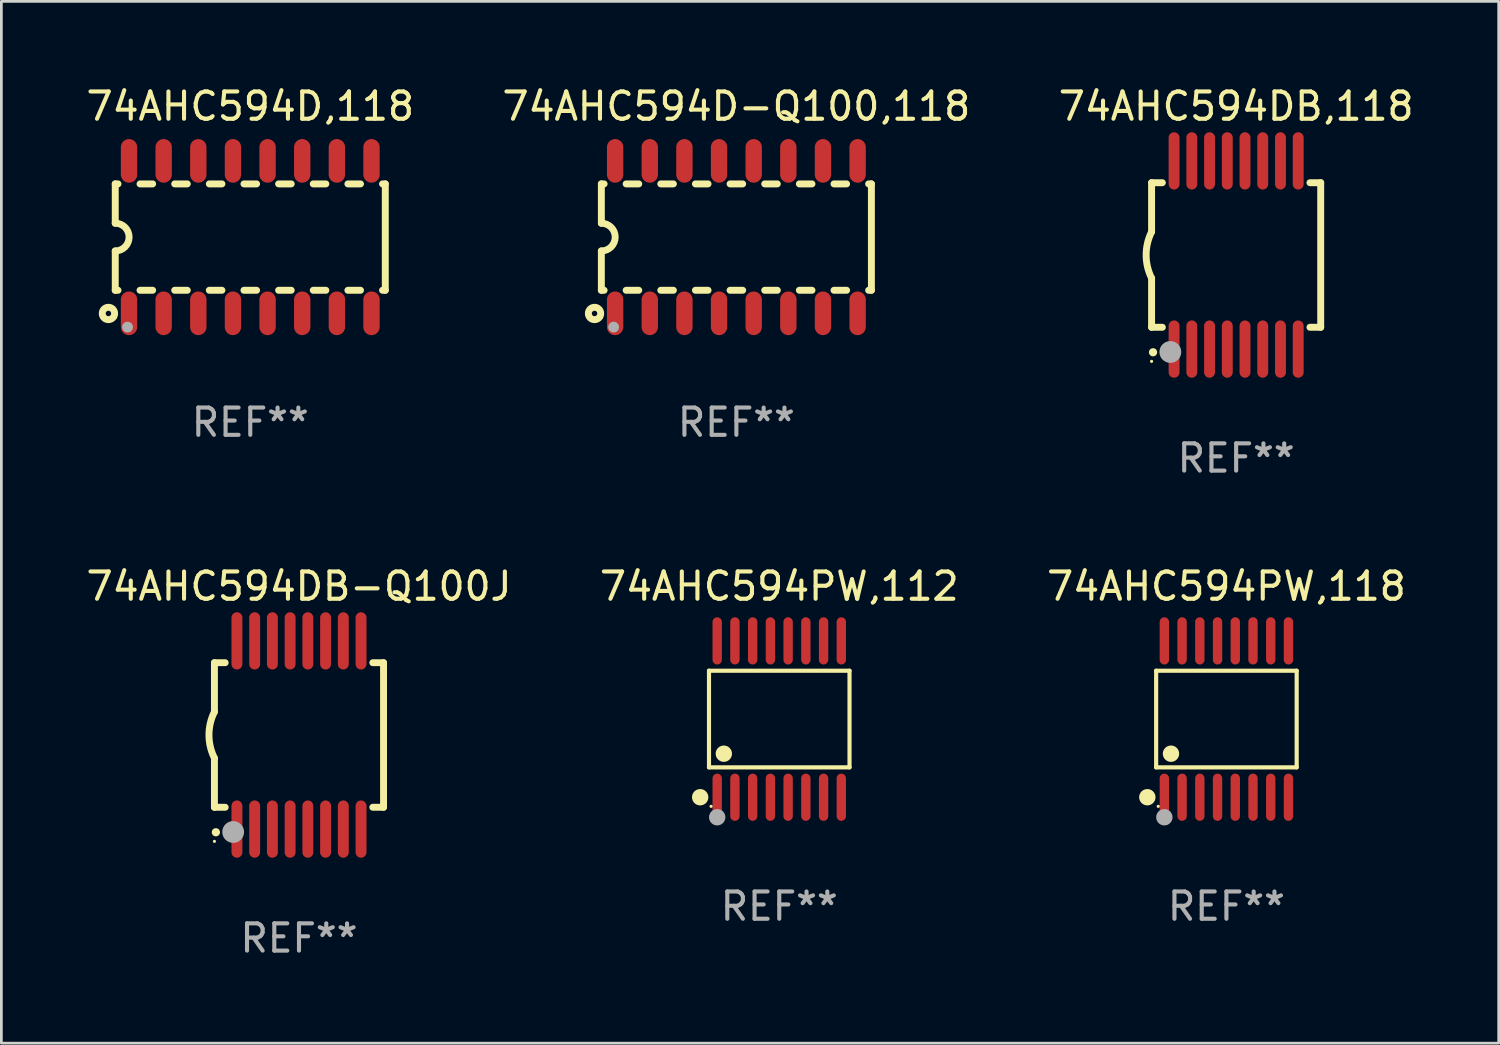
<source format=kicad_pcb>
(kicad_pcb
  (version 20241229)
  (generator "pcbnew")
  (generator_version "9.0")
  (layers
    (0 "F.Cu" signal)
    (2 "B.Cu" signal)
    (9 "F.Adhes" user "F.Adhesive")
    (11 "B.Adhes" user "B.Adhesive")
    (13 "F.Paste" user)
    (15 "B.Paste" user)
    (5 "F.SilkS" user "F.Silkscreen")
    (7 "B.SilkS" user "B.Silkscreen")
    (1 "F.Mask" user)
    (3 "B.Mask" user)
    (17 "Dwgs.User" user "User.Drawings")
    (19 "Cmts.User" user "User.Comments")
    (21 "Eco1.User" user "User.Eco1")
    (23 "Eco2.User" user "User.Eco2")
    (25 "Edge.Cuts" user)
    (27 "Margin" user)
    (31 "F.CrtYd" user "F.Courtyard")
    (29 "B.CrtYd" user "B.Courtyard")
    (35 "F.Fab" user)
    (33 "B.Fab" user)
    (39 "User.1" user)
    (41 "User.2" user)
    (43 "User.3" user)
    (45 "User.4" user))
  (footprint "74AHC594PW,118"
    (layer "F.Cu")
    (at 41.911 23.311)
    (property "Reference" "74AHC594PW,118" (at 0 -4.866 0) (layer "F.SilkS") (effects (font (size 1 1) (thickness 0.15))))
    (attr through_hole)
    (fp_line (start -2.576 -1.772) (end 2.576 -1.772) (stroke (width 0.152) (type solid)) (layer "F.SilkS"))
    (fp_line (start -2.576 1.771) (end -2.576 -1.772) (stroke (width 0.152) (type solid)) (layer "F.SilkS"))
    (fp_line (start 2.576 -1.772) (end 2.576 1.771) (stroke (width 0.152) (type solid)) (layer "F.SilkS"))
    (fp_line (start 2.576 1.771) (end -2.576 1.771) (stroke (width 0.152) (type solid)) (layer "F.SilkS"))
    (fp_circle (center -2.899 2.866) (end -2.749 2.866) (stroke (width 0.3) (type solid)) (fill no) (layer "F.SilkS"))
    (fp_circle (center -2.5 3.2) (end -2.47 3.2) (stroke (width 0.06) (type solid)) (fill no) (layer "F.SilkS"))
    (fp_circle (center -2.032 1.27) (end -1.882 1.27) (stroke (width 0.3) (type solid)) (fill no) (layer "F.SilkS"))
    (fp_circle (center -2.275 3.6) (end -2.125 3.6) (stroke (width 0.3) (type solid)) (fill no) (layer "F.Fab"))
    (fp_text user "REF**" (at 0 6.866 0) (layer "F.Fab") (effects (font (size 1 1) (thickness 0.15))))
    (pad "1" smd oval (at -2.275 2.866) (size 0.343 1.731) (layers "F.Cu" "F.Mask" "F.Paste"))
    (pad "2" smd oval (at -1.625 2.866) (size 0.343 1.731) (layers "F.Cu" "F.Mask" "F.Paste"))
    (pad "3" smd oval (at -0.975 2.866) (size 0.343 1.731) (layers "F.Cu" "F.Mask" "F.Paste"))
    (pad "4" smd oval (at -0.325 2.866) (size 0.343 1.731) (layers "F.Cu" "F.Mask" "F.Paste"))
    (pad "5" smd oval (at 0.325 2.866) (size 0.343 1.731) (layers "F.Cu" "F.Mask" "F.Paste"))
    (pad "6" smd oval (at 0.975 2.866) (size 0.343 1.731) (layers "F.Cu" "F.Mask" "F.Paste"))
    (pad "7" smd oval (at 1.625 2.866) (size 0.343 1.731) (layers "F.Cu" "F.Mask" "F.Paste"))
    (pad "8" smd oval (at 2.275 2.866) (size 0.343 1.731) (layers "F.Cu" "F.Mask" "F.Paste"))
    (pad "9" smd oval (at 2.275 -2.866) (size 0.343 1.731) (layers "F.Cu" "F.Mask" "F.Paste"))
    (pad "10" smd oval (at 1.625 -2.866) (size 0.343 1.731) (layers "F.Cu" "F.Mask" "F.Paste"))
    (pad "11" smd oval (at 0.975 -2.866) (size 0.343 1.731) (layers "F.Cu" "F.Mask" "F.Paste"))
    (pad "12" smd oval (at 0.325 -2.866) (size 0.343 1.731) (layers "F.Cu" "F.Mask" "F.Paste"))
    (pad "13" smd oval (at -0.325 -2.866) (size 0.343 1.731) (layers "F.Cu" "F.Mask" "F.Paste"))
    (pad "14" smd oval (at -0.975 -2.866) (size 0.343 1.731) (layers "F.Cu" "F.Mask" "F.Paste"))
    (pad "15" smd oval (at -1.625 -2.866) (size 0.343 1.731) (layers "F.Cu" "F.Mask" "F.Paste"))
    (pad "16" smd oval (at -2.275 -2.866) (size 0.343 1.731) (layers "F.Cu" "F.Mask" "F.Paste")))
  (footprint "74AHC594D,118"
    (layer "F.Cu")
    (at 6.125 5.642)
    (property "Reference" "74AHC594D,118" (at 0 -4.794 0) (layer "F.SilkS") (effects (font (size 1 1) (thickness 0.15))))
    (attr through_hole)
    (fp_line (start -4.95 -1.95) (end -4.95 -0.508) (stroke (width 0.254) (type solid)) (layer "F.SilkS"))
    (fp_line (start -4.95 -1.95) (end -4.849 -1.95) (stroke (width 0.254) (type solid)) (layer "F.SilkS"))
    (fp_line (start -4.95 1.95) (end -4.95 0.508) (stroke (width 0.254) (type solid)) (layer "F.SilkS"))
    (fp_line (start -4.95 1.95) (end -4.849 1.95) (stroke (width 0.254) (type solid)) (layer "F.SilkS"))
    (fp_line (start -4.041 -1.95) (end -3.579 -1.95) (stroke (width 0.254) (type solid)) (layer "F.SilkS"))
    (fp_line (start -4.041 1.95) (end -3.579 1.95) (stroke (width 0.254) (type solid)) (layer "F.SilkS"))
    (fp_line (start -2.771 -1.95) (end -2.309 -1.95) (stroke (width 0.254) (type solid)) (layer "F.SilkS"))
    (fp_line (start -2.771 1.95) (end -2.309 1.95) (stroke (width 0.254) (type solid)) (layer "F.SilkS"))
    (fp_line (start -1.501 -1.95) (end -1.039 -1.95) (stroke (width 0.254) (type solid)) (layer "F.SilkS"))
    (fp_line (start -1.501 1.95) (end -1.039 1.95) (stroke (width 0.254) (type solid)) (layer "F.SilkS"))
    (fp_line (start -0.231 -1.95) (end 0.231 -1.95) (stroke (width 0.254) (type solid)) (layer "F.SilkS"))
    (fp_line (start -0.231 1.95) (end 0.231 1.95) (stroke (width 0.254) (type solid)) (layer "F.SilkS"))
    (fp_line (start 1.039 -1.95) (end 1.501 -1.95) (stroke (width 0.254) (type solid)) (layer "F.SilkS"))
    (fp_line (start 1.039 1.95) (end 1.501 1.95) (stroke (width 0.254) (type solid)) (layer "F.SilkS"))
    (fp_line (start 2.309 -1.95) (end 2.771 -1.95) (stroke (width 0.254) (type solid)) (layer "F.SilkS"))
    (fp_line (start 2.309 1.95) (end 2.771 1.95) (stroke (width 0.254) (type solid)) (layer "F.SilkS"))
    (fp_line (start 3.579 -1.95) (end 4.041 -1.95) (stroke (width 0.254) (type solid)) (layer "F.SilkS"))
    (fp_line (start 3.579 1.95) (end 4.041 1.95) (stroke (width 0.254) (type solid)) (layer "F.SilkS"))
    (fp_line (start 4.849 -1.95) (end 4.95 -1.95) (stroke (width 0.254) (type solid)) (layer "F.SilkS"))
    (fp_line (start 4.849 1.95) (end 4.95 1.95) (stroke (width 0.254) (type solid)) (layer "F.SilkS"))
    (fp_line (start 4.95 -1.95) (end 4.95 1.95) (stroke (width 0.254) (type solid)) (layer "F.SilkS"))
    (fp_arc (start -4.95047 -0.508001) (mid -4.442469 -0.000228) (end -4.950013 0.508001) (stroke (width 0.254001) (type solid)) (layer "F.SilkS"))
    (fp_circle (center -5.2 2.8) (end -5.1 2.8) (stroke (width 0.254) (type solid)) (fill no) (layer "F.SilkS"))
    (fp_circle (center -4.95 2.947) (end -4.92 2.947) (stroke (width 0.06) (type solid)) (fill no) (layer "F.SilkS"))
    (fp_circle (center -4.5 3.3) (end -4.4 3.3) (stroke (width 0.2) (type solid)) (fill no) (layer "F.Fab"))
    (fp_text user "REF**" (at 0 6.794 0) (layer "F.Fab") (effects (font (size 1 1) (thickness 0.15))))
    (pad "1" smd oval (at -4.445 2.794) (size 0.6 1.6) (layers "F.Cu" "F.Mask" "F.Paste"))
    (pad "2" smd oval (at -3.175 2.794) (size 0.6 1.6) (layers "F.Cu" "F.Mask" "F.Paste"))
    (pad "3" smd oval (at -1.905 2.794) (size 0.6 1.6) (layers "F.Cu" "F.Mask" "F.Paste"))
    (pad "4" smd oval (at -0.635 2.794) (size 0.6 1.6) (layers "F.Cu" "F.Mask" "F.Paste"))
    (pad "5" smd oval (at 0.635 2.794) (size 0.6 1.6) (layers "F.Cu" "F.Mask" "F.Paste"))
    (pad "6" smd oval (at 1.905 2.794) (size 0.6 1.6) (layers "F.Cu" "F.Mask" "F.Paste"))
    (pad "7" smd oval (at 3.175 2.794) (size 0.6 1.6) (layers "F.Cu" "F.Mask" "F.Paste"))
    (pad "8" smd oval (at 4.445 2.794) (size 0.6 1.6) (layers "F.Cu" "F.Mask" "F.Paste"))
    (pad "9" smd oval (at 4.445 -2.794) (size 0.6 1.6) (layers "F.Cu" "F.Mask" "F.Paste"))
    (pad "10" smd oval (at 3.175 -2.794) (size 0.6 1.6) (layers "F.Cu" "F.Mask" "F.Paste"))
    (pad "11" smd oval (at 1.905 -2.794) (size 0.6 1.6) (layers "F.Cu" "F.Mask" "F.Paste"))
    (pad "12" smd oval (at 0.635 -2.794) (size 0.6 1.6) (layers "F.Cu" "F.Mask" "F.Paste"))
    (pad "13" smd oval (at -0.635 -2.794) (size 0.6 1.6) (layers "F.Cu" "F.Mask" "F.Paste"))
    (pad "14" smd oval (at -1.905 -2.794) (size 0.6 1.6) (layers "F.Cu" "F.Mask" "F.Paste"))
    (pad "15" smd oval (at -3.175 -2.794) (size 0.6 1.6) (layers "F.Cu" "F.Mask" "F.Paste"))
    (pad "16" smd oval (at -4.445 -2.794) (size 0.6 1.6) (layers "F.Cu" "F.Mask" "F.Paste")))
  (footprint "74AHC594DB,118"
    (layer "F.Cu")
    (at 42.268 6.298)
    (property "Reference" "74AHC594DB,118" (at 0 -5.45 0) (layer "F.SilkS") (effects (font (size 1 1) (thickness 0.15))))
    (attr through_hole)
    (fp_line (start -3.1 -2.65) (end -3.1 -0.85) (stroke (width 0.254) (type solid)) (layer "F.SilkS"))
    (fp_line (start -3.1 -2.65) (end -2.706 -2.65) (stroke (width 0.254) (type solid)) (layer "F.SilkS"))
    (fp_line (start -3.1 2.65) (end -3.1 0.85) (stroke (width 0.254) (type solid)) (layer "F.SilkS"))
    (fp_line (start -3.1 2.65) (end -2.706 2.65) (stroke (width 0.254) (type solid)) (layer "F.SilkS"))
    (fp_line (start 2.706 -2.65) (end 3.1 -2.65) (stroke (width 0.254) (type solid)) (layer "F.SilkS"))
    (fp_line (start 2.706 2.65) (end 3.1 2.65) (stroke (width 0.254) (type solid)) (layer "F.SilkS"))
    (fp_line (start 3.1 -2.65) (end 3.1 2.65) (stroke (width 0.254) (type solid)) (layer "F.SilkS"))
    (fp_arc (start -3.098907 0.850902) (mid -3.300057 0.000523) (end -3.1 -0.850114) (stroke (width 0.254001) (type solid)) (layer "F.SilkS"))
    (fp_arc (start -3.048006 3.566066) (mid -3.046736 3.566061) (end -3.045466 3.566066) (stroke (width 0.3) (type solid)) (layer "F.SilkS"))
    (fp_circle (center -3.1 3.9) (end -3.07 3.9) (stroke (width 0.06) (type solid)) (fill no) (layer "F.SilkS"))
    (fp_circle (center -2.413 3.556) (end -2.213 3.556) (stroke (width 0.4) (type solid)) (fill no) (layer "F.Fab"))
    (fp_text user "REF**" (at 0 7.45 0) (layer "F.Fab") (effects (font (size 1 1) (thickness 0.15))))
    (pad "1" smd oval (at -2.275 3.45 180) (size 0.4 2.1) (layers "F.Cu" "F.Mask" "F.Paste"))
    (pad "2" smd oval (at -1.625 3.45 180) (size 0.4 2.1) (layers "F.Cu" "F.Mask" "F.Paste"))
    (pad "3" smd oval (at -0.975 3.45 180) (size 0.4 2.1) (layers "F.Cu" "F.Mask" "F.Paste"))
    (pad "4" smd oval (at -0.325 3.45 180) (size 0.4 2.1) (layers "F.Cu" "F.Mask" "F.Paste"))
    (pad "5" smd oval (at 0.325 3.45 180) (size 0.4 2.1) (layers "F.Cu" "F.Mask" "F.Paste"))
    (pad "6" smd oval (at 0.975 3.45 180) (size 0.4 2.1) (layers "F.Cu" "F.Mask" "F.Paste"))
    (pad "7" smd oval (at 1.625 3.45 180) (size 0.4 2.1) (layers "F.Cu" "F.Mask" "F.Paste"))
    (pad "8" smd oval (at 2.275 3.45 180) (size 0.4 2.1) (layers "F.Cu" "F.Mask" "F.Paste"))
    (pad "9" smd oval (at 2.275 -3.45 180) (size 0.4 2.1) (layers "F.Cu" "F.Mask" "F.Paste"))
    (pad "10" smd oval (at 1.625 -3.45 180) (size 0.4 2.1) (layers "F.Cu" "F.Mask" "F.Paste"))
    (pad "11" smd oval (at 0.975 -3.45 180) (size 0.4 2.1) (layers "F.Cu" "F.Mask" "F.Paste"))
    (pad "12" smd oval (at 0.325 -3.45 180) (size 0.4 2.1) (layers "F.Cu" "F.Mask" "F.Paste"))
    (pad "13" smd oval (at -0.325 -3.45 180) (size 0.4 2.1) (layers "F.Cu" "F.Mask" "F.Paste"))
    (pad "14" smd oval (at -0.975 -3.45 180) (size 0.4 2.1) (layers "F.Cu" "F.Mask" "F.Paste"))
    (pad "15" smd oval (at -1.625 -3.45 180) (size 0.4 2.1) (layers "F.Cu" "F.Mask" "F.Paste"))
    (pad "16" smd oval (at -2.275 -3.45 180) (size 0.4 2.1) (layers "F.Cu" "F.Mask" "F.Paste")))
  (footprint "74AHC594DB-Q100J"
    (layer "F.Cu")
    (at 7.911 23.895)
    (property "Reference" "74AHC594DB-Q100J" (at 0 -5.45 0) (layer "F.SilkS") (effects (font (size 1 1) (thickness 0.15))))
    (attr through_hole)
    (fp_line (start -3.1 -2.65) (end -3.1 -0.85) (stroke (width 0.254) (type solid)) (layer "F.SilkS"))
    (fp_line (start -3.1 -2.65) (end -2.706 -2.65) (stroke (width 0.254) (type solid)) (layer "F.SilkS"))
    (fp_line (start -3.1 2.65) (end -3.1 0.85) (stroke (width 0.254) (type solid)) (layer "F.SilkS"))
    (fp_line (start -3.1 2.65) (end -2.706 2.65) (stroke (width 0.254) (type solid)) (layer "F.SilkS"))
    (fp_line (start 2.706 -2.65) (end 3.1 -2.65) (stroke (width 0.254) (type solid)) (layer "F.SilkS"))
    (fp_line (start 2.706 2.65) (end 3.1 2.65) (stroke (width 0.254) (type solid)) (layer "F.SilkS"))
    (fp_line (start 3.1 -2.65) (end 3.1 2.65) (stroke (width 0.254) (type solid)) (layer "F.SilkS"))
    (fp_arc (start -3.098907 0.850902) (mid -3.300057 0.000523) (end -3.1 -0.850114) (stroke (width 0.254001) (type solid)) (layer "F.SilkS"))
    (fp_arc (start -3.048006 3.566066) (mid -3.046736 3.566061) (end -3.045466 3.566066) (stroke (width 0.3) (type solid)) (layer "F.SilkS"))
    (fp_circle (center -3.1 3.9) (end -3.07 3.9) (stroke (width 0.06) (type solid)) (fill no) (layer "F.SilkS"))
    (fp_circle (center -2.413 3.556) (end -2.213 3.556) (stroke (width 0.4) (type solid)) (fill no) (layer "F.Fab"))
    (fp_text user "REF**" (at 0 7.45 0) (layer "F.Fab") (effects (font (size 1 1) (thickness 0.15))))
    (pad "1" smd oval (at -2.275 3.45 180) (size 0.4 2.1) (layers "F.Cu" "F.Mask" "F.Paste"))
    (pad "2" smd oval (at -1.625 3.45 180) (size 0.4 2.1) (layers "F.Cu" "F.Mask" "F.Paste"))
    (pad "3" smd oval (at -0.975 3.45 180) (size 0.4 2.1) (layers "F.Cu" "F.Mask" "F.Paste"))
    (pad "4" smd oval (at -0.325 3.45 180) (size 0.4 2.1) (layers "F.Cu" "F.Mask" "F.Paste"))
    (pad "5" smd oval (at 0.325 3.45 180) (size 0.4 2.1) (layers "F.Cu" "F.Mask" "F.Paste"))
    (pad "6" smd oval (at 0.975 3.45 180) (size 0.4 2.1) (layers "F.Cu" "F.Mask" "F.Paste"))
    (pad "7" smd oval (at 1.625 3.45 180) (size 0.4 2.1) (layers "F.Cu" "F.Mask" "F.Paste"))
    (pad "8" smd oval (at 2.275 3.45 180) (size 0.4 2.1) (layers "F.Cu" "F.Mask" "F.Paste"))
    (pad "9" smd oval (at 2.275 -3.45 180) (size 0.4 2.1) (layers "F.Cu" "F.Mask" "F.Paste"))
    (pad "10" smd oval (at 1.625 -3.45 180) (size 0.4 2.1) (layers "F.Cu" "F.Mask" "F.Paste"))
    (pad "11" smd oval (at 0.975 -3.45 180) (size 0.4 2.1) (layers "F.Cu" "F.Mask" "F.Paste"))
    (pad "12" smd oval (at 0.325 -3.45 180) (size 0.4 2.1) (layers "F.Cu" "F.Mask" "F.Paste"))
    (pad "13" smd oval (at -0.325 -3.45 180) (size 0.4 2.1) (layers "F.Cu" "F.Mask" "F.Paste"))
    (pad "14" smd oval (at -0.975 -3.45 180) (size 0.4 2.1) (layers "F.Cu" "F.Mask" "F.Paste"))
    (pad "15" smd oval (at -1.625 -3.45 180) (size 0.4 2.1) (layers "F.Cu" "F.Mask" "F.Paste"))
    (pad "16" smd oval (at -2.275 -3.45 180) (size 0.4 2.1) (layers "F.Cu" "F.Mask" "F.Paste")))
  (footprint "74AHC594PW,112"
    (layer "F.Cu")
    (at 25.518 23.311)
    (property "Reference" "74AHC594PW,112" (at 0 -4.866 0) (layer "F.SilkS") (effects (font (size 1 1) (thickness 0.15))))
    (attr through_hole)
    (fp_line (start -2.576 -1.772) (end 2.576 -1.772) (stroke (width 0.152) (type solid)) (layer "F.SilkS"))
    (fp_line (start -2.576 1.771) (end -2.576 -1.772) (stroke (width 0.152) (type solid)) (layer "F.SilkS"))
    (fp_line (start 2.576 -1.772) (end 2.576 1.771) (stroke (width 0.152) (type solid)) (layer "F.SilkS"))
    (fp_line (start 2.576 1.771) (end -2.576 1.771) (stroke (width 0.152) (type solid)) (layer "F.SilkS"))
    (fp_circle (center -2.899 2.866) (end -2.749 2.866) (stroke (width 0.3) (type solid)) (fill no) (layer "F.SilkS"))
    (fp_circle (center -2.5 3.2) (end -2.47 3.2) (stroke (width 0.06) (type solid)) (fill no) (layer "F.SilkS"))
    (fp_circle (center -2.032 1.27) (end -1.882 1.27) (stroke (width 0.3) (type solid)) (fill no) (layer "F.SilkS"))
    (fp_circle (center -2.275 3.6) (end -2.125 3.6) (stroke (width 0.3) (type solid)) (fill no) (layer "F.Fab"))
    (fp_text user "REF**" (at 0 6.866 0) (layer "F.Fab") (effects (font (size 1 1) (thickness 0.15))))
    (pad "1" smd oval (at -2.275 2.866) (size 0.343 1.731) (layers "F.Cu" "F.Mask" "F.Paste"))
    (pad "2" smd oval (at -1.625 2.866) (size 0.343 1.731) (layers "F.Cu" "F.Mask" "F.Paste"))
    (pad "3" smd oval (at -0.975 2.866) (size 0.343 1.731) (layers "F.Cu" "F.Mask" "F.Paste"))
    (pad "4" smd oval (at -0.325 2.866) (size 0.343 1.731) (layers "F.Cu" "F.Mask" "F.Paste"))
    (pad "5" smd oval (at 0.325 2.866) (size 0.343 1.731) (layers "F.Cu" "F.Mask" "F.Paste"))
    (pad "6" smd oval (at 0.975 2.866) (size 0.343 1.731) (layers "F.Cu" "F.Mask" "F.Paste"))
    (pad "7" smd oval (at 1.625 2.866) (size 0.343 1.731) (layers "F.Cu" "F.Mask" "F.Paste"))
    (pad "8" smd oval (at 2.275 2.866) (size 0.343 1.731) (layers "F.Cu" "F.Mask" "F.Paste"))
    (pad "9" smd oval (at 2.275 -2.866) (size 0.343 1.731) (layers "F.Cu" "F.Mask" "F.Paste"))
    (pad "10" smd oval (at 1.625 -2.866) (size 0.343 1.731) (layers "F.Cu" "F.Mask" "F.Paste"))
    (pad "11" smd oval (at 0.975 -2.866) (size 0.343 1.731) (layers "F.Cu" "F.Mask" "F.Paste"))
    (pad "12" smd oval (at 0.325 -2.866) (size 0.343 1.731) (layers "F.Cu" "F.Mask" "F.Paste"))
    (pad "13" smd oval (at -0.325 -2.866) (size 0.343 1.731) (layers "F.Cu" "F.Mask" "F.Paste"))
    (pad "14" smd oval (at -0.975 -2.866) (size 0.343 1.731) (layers "F.Cu" "F.Mask" "F.Paste"))
    (pad "15" smd oval (at -1.625 -2.866) (size 0.343 1.731) (layers "F.Cu" "F.Mask" "F.Paste"))
    (pad "16" smd oval (at -2.275 -2.866) (size 0.343 1.731) (layers "F.Cu" "F.Mask" "F.Paste")))
  (footprint "74AHC594D-Q100,118"
    (layer "F.Cu")
    (at 23.946 5.642)
    (property "Reference" "74AHC594D-Q100,118" (at 0 -4.794 0) (layer "F.SilkS") (effects (font (size 1 1) (thickness 0.15))))
    (attr through_hole)
    (fp_line (start -4.95 -1.95) (end -4.95 -0.508) (stroke (width 0.254) (type solid)) (layer "F.SilkS"))
    (fp_line (start -4.95 -1.95) (end -4.849 -1.95) (stroke (width 0.254) (type solid)) (layer "F.SilkS"))
    (fp_line (start -4.95 1.95) (end -4.95 0.508) (stroke (width 0.254) (type solid)) (layer "F.SilkS"))
    (fp_line (start -4.95 1.95) (end -4.849 1.95) (stroke (width 0.254) (type solid)) (layer "F.SilkS"))
    (fp_line (start -4.041 -1.95) (end -3.579 -1.95) (stroke (width 0.254) (type solid)) (layer "F.SilkS"))
    (fp_line (start -4.041 1.95) (end -3.579 1.95) (stroke (width 0.254) (type solid)) (layer "F.SilkS"))
    (fp_line (start -2.771 -1.95) (end -2.309 -1.95) (stroke (width 0.254) (type solid)) (layer "F.SilkS"))
    (fp_line (start -2.771 1.95) (end -2.309 1.95) (stroke (width 0.254) (type solid)) (layer "F.SilkS"))
    (fp_line (start -1.501 -1.95) (end -1.039 -1.95) (stroke (width 0.254) (type solid)) (layer "F.SilkS"))
    (fp_line (start -1.501 1.95) (end -1.039 1.95) (stroke (width 0.254) (type solid)) (layer "F.SilkS"))
    (fp_line (start -0.231 -1.95) (end 0.231 -1.95) (stroke (width 0.254) (type solid)) (layer "F.SilkS"))
    (fp_line (start -0.231 1.95) (end 0.231 1.95) (stroke (width 0.254) (type solid)) (layer "F.SilkS"))
    (fp_line (start 1.039 -1.95) (end 1.501 -1.95) (stroke (width 0.254) (type solid)) (layer "F.SilkS"))
    (fp_line (start 1.039 1.95) (end 1.501 1.95) (stroke (width 0.254) (type solid)) (layer "F.SilkS"))
    (fp_line (start 2.309 -1.95) (end 2.771 -1.95) (stroke (width 0.254) (type solid)) (layer "F.SilkS"))
    (fp_line (start 2.309 1.95) (end 2.771 1.95) (stroke (width 0.254) (type solid)) (layer "F.SilkS"))
    (fp_line (start 3.579 -1.95) (end 4.041 -1.95) (stroke (width 0.254) (type solid)) (layer "F.SilkS"))
    (fp_line (start 3.579 1.95) (end 4.041 1.95) (stroke (width 0.254) (type solid)) (layer "F.SilkS"))
    (fp_line (start 4.849 -1.95) (end 4.95 -1.95) (stroke (width 0.254) (type solid)) (layer "F.SilkS"))
    (fp_line (start 4.849 1.95) (end 4.95 1.95) (stroke (width 0.254) (type solid)) (layer "F.SilkS"))
    (fp_line (start 4.95 -1.95) (end 4.95 1.95) (stroke (width 0.254) (type solid)) (layer "F.SilkS"))
    (fp_arc (start -4.95047 -0.508001) (mid -4.442469 -0.000228) (end -4.950013 0.508001) (stroke (width 0.254001) (type solid)) (layer "F.SilkS"))
    (fp_circle (center -5.2 2.8) (end -5.1 2.8) (stroke (width 0.254) (type solid)) (fill no) (layer "F.SilkS"))
    (fp_circle (center -4.95 2.947) (end -4.92 2.947) (stroke (width 0.06) (type solid)) (fill no) (layer "F.SilkS"))
    (fp_circle (center -4.5 3.3) (end -4.4 3.3) (stroke (width 0.2) (type solid)) (fill no) (layer "F.Fab"))
    (fp_text user "REF**" (at 0 6.794 0) (layer "F.Fab") (effects (font (size 1 1) (thickness 0.15))))
    (pad "1" smd oval (at -4.445 2.794) (size 0.6 1.6) (layers "F.Cu" "F.Mask" "F.Paste"))
    (pad "2" smd oval (at -3.175 2.794) (size 0.6 1.6) (layers "F.Cu" "F.Mask" "F.Paste"))
    (pad "3" smd oval (at -1.905 2.794) (size 0.6 1.6) (layers "F.Cu" "F.Mask" "F.Paste"))
    (pad "4" smd oval (at -0.635 2.794) (size 0.6 1.6) (layers "F.Cu" "F.Mask" "F.Paste"))
    (pad "5" smd oval (at 0.635 2.794) (size 0.6 1.6) (layers "F.Cu" "F.Mask" "F.Paste"))
    (pad "6" smd oval (at 1.905 2.794) (size 0.6 1.6) (layers "F.Cu" "F.Mask" "F.Paste"))
    (pad "7" smd oval (at 3.175 2.794) (size 0.6 1.6) (layers "F.Cu" "F.Mask" "F.Paste"))
    (pad "8" smd oval (at 4.445 2.794) (size 0.6 1.6) (layers "F.Cu" "F.Mask" "F.Paste"))
    (pad "9" smd oval (at 4.445 -2.794) (size 0.6 1.6) (layers "F.Cu" "F.Mask" "F.Paste"))
    (pad "10" smd oval (at 3.175 -2.794) (size 0.6 1.6) (layers "F.Cu" "F.Mask" "F.Paste"))
    (pad "11" smd oval (at 1.905 -2.794) (size 0.6 1.6) (layers "F.Cu" "F.Mask" "F.Paste"))
    (pad "12" smd oval (at 0.635 -2.794) (size 0.6 1.6) (layers "F.Cu" "F.Mask" "F.Paste"))
    (pad "13" smd oval (at -0.635 -2.794) (size 0.6 1.6) (layers "F.Cu" "F.Mask" "F.Paste"))
    (pad "14" smd oval (at -1.905 -2.794) (size 0.6 1.6) (layers "F.Cu" "F.Mask" "F.Paste"))
    (pad "15" smd oval (at -3.175 -2.794) (size 0.6 1.6) (layers "F.Cu" "F.Mask" "F.Paste"))
    (pad "16" smd oval (at -4.445 -2.794) (size 0.6 1.6) (layers "F.Cu" "F.Mask" "F.Paste")))
  (gr_rect
    (start -3 -3)
    (end 51.893 35.193)
    (stroke (width 0.1) (type default))
    (fill no)
    (layer "Edge.Cuts")))
</source>
